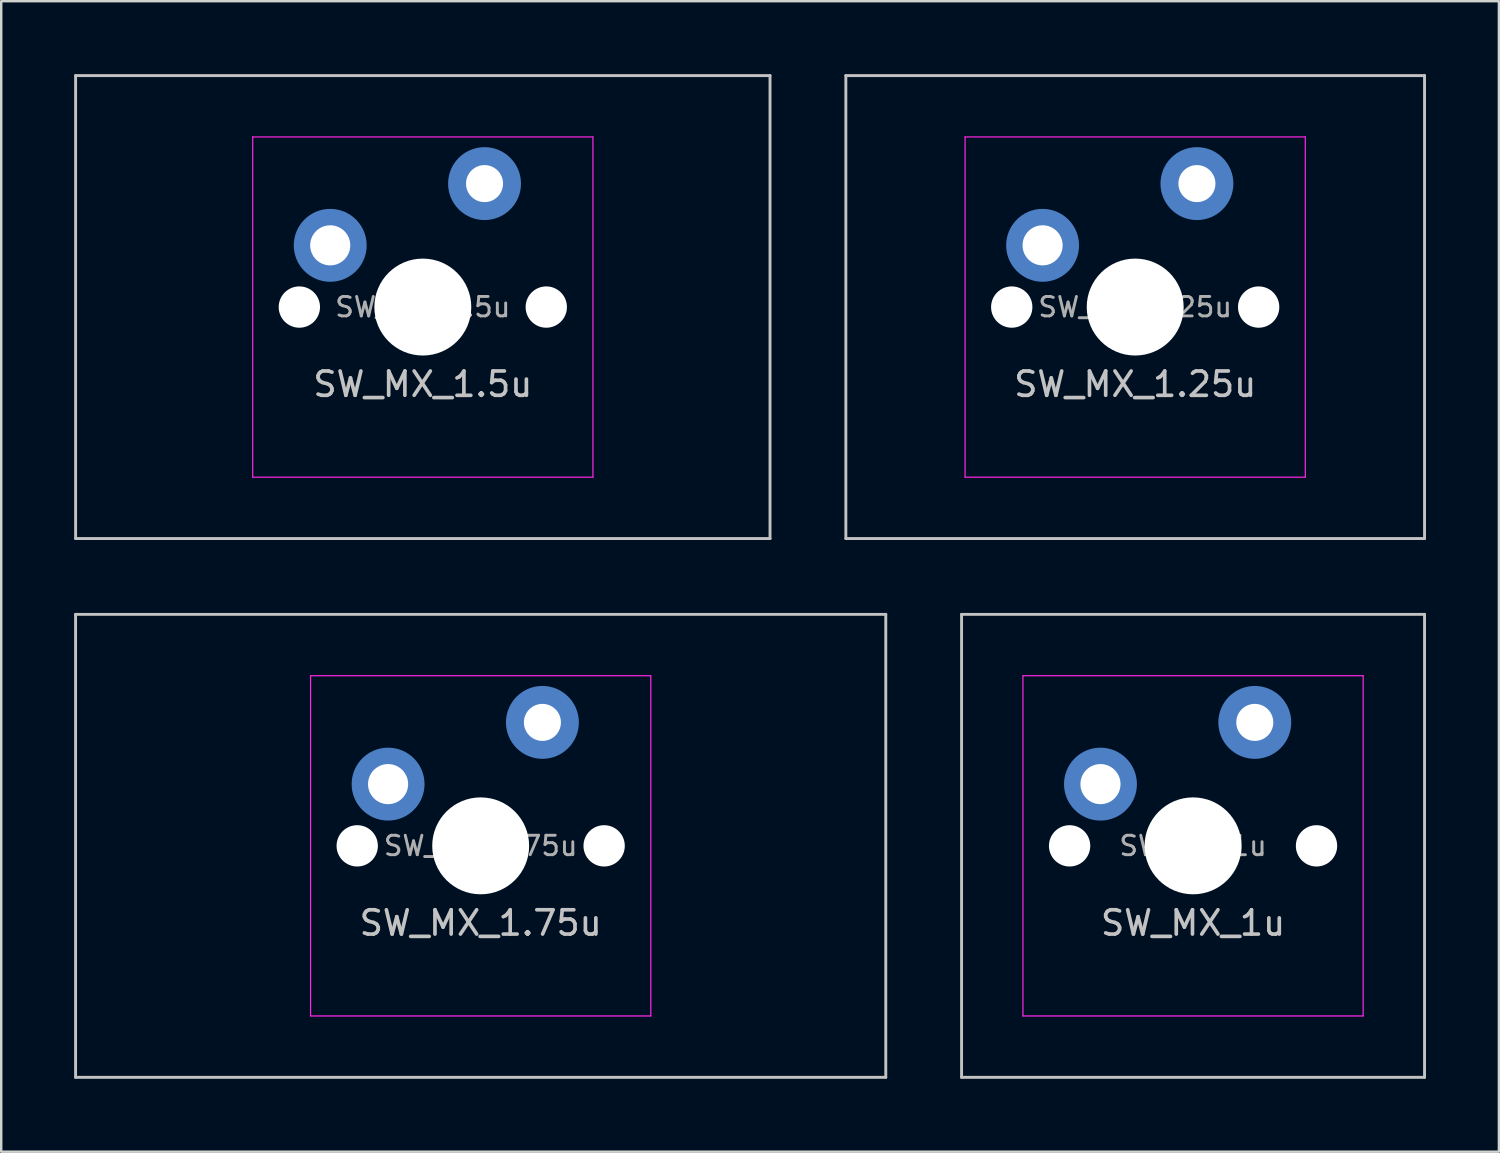
<source format=kicad_pcb>
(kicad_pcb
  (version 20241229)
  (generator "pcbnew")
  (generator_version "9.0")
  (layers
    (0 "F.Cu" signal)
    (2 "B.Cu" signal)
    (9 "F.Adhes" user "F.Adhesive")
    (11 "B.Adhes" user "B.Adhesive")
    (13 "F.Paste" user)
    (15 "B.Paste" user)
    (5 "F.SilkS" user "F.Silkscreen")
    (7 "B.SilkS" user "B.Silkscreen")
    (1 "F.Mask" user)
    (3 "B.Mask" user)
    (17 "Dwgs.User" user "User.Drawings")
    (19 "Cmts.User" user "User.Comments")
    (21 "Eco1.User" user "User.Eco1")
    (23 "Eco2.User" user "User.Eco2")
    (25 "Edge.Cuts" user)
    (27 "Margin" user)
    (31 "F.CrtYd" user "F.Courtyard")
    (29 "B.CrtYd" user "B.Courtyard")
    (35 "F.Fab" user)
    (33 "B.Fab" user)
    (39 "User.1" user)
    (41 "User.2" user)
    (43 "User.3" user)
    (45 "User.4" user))
  (footprint "SW_MX_1.5u"
    (layer "F.Cu")
    (at 14.348 9.585)
    (property "Reference" "SW_MX_1.5u" (at 0 3.175 0) (layer "Dwgs.User") (effects (font (size 1 1) (thickness 0.15))))
    (attr through_hole exclude_from_pos_files exclude_from_bom)
    (fp_line (start -14.287 -9.525) (end -14.287 9.525) (stroke (width 0.12) (type solid)) (layer "Dwgs.User"))
    (fp_line (start -14.287 9.525) (end 14.287 9.525) (stroke (width 0.12) (type solid)) (layer "Dwgs.User"))
    (fp_line (start 14.287 -9.525) (end -14.287 -9.525) (stroke (width 0.12) (type solid)) (layer "Dwgs.User"))
    (fp_line (start 14.287 9.525) (end 14.287 -9.525) (stroke (width 0.12) (type solid)) (layer "Dwgs.User"))
    (fp_line (start -7 6.5) (end -7 -6.5) (stroke (width 0.05) (type solid)) (layer "Eco2.User"))
    (fp_line (start -6.5 -7) (end 6.5 -7) (stroke (width 0.05) (type solid)) (layer "Eco2.User"))
    (fp_line (start 6.5 7) (end -6.5 7) (stroke (width 0.05) (type solid)) (layer "Eco2.User"))
    (fp_line (start 7 -6.5) (end 7 6.5) (stroke (width 0.05) (type solid)) (layer "Eco2.User"))
    (fp_arc (start -7 -6.5) (mid -6.853553 -6.853553) (end -6.5 -7) (stroke (width 0.05) (type solid)) (layer "Eco2.User"))
    (fp_arc (start -6.5 7) (mid -6.853553 6.853553) (end -7 6.5) (stroke (width 0.05) (type solid)) (layer "Eco2.User"))
    (fp_arc (start 6.5 -7) (mid 6.853553 -6.853553) (end 7 -6.5) (stroke (width 0.05) (type solid)) (layer "Eco2.User"))
    (fp_arc (start 6.997236 6.498884) (mid 6.850791 6.852425) (end 6.497236 6.998884) (stroke (width 0.05) (type solid)) (layer "Eco2.User"))
    (fp_line (start -7 -7) (end -7 7) (stroke (width 0.05) (type solid)) (layer "F.CrtYd"))
    (fp_line (start -7 7) (end 7 7) (stroke (width 0.05) (type solid)) (layer "F.CrtYd"))
    (fp_line (start 7 -7) (end -7 -7) (stroke (width 0.05) (type solid)) (layer "F.CrtYd"))
    (fp_line (start 7 7) (end 7 -7) (stroke (width 0.05) (type solid)) (layer "F.CrtYd"))
    (fp_text user "${REFERENCE}" (at 0 0 0) (layer "F.Fab") (effects (font (size 0.8 0.8) (thickness 0.12))))
    (pad "" np_thru_hole circle (at -5.08 0) (size 1.7 1.7) (drill 1.7) (layers "*.Cu" "*.Mask"))
    (pad "" np_thru_hole circle (at 0 0) (size 3.988 3.988) (drill 3.988) (layers "*.Cu" "*.Mask"))
    (pad "" np_thru_hole circle (at 5.08 0) (size 1.7 1.7) (drill 1.7) (layers "*.Cu" "*.Mask"))
    (pad "1" thru_hole circle (at -3.81 -2.54) (size 2.3 2.3) (drill 1.65) (layers "*.Cu" "B.Mask"))
    (pad "1" smd circle (at -3.81 -2.54) (size 2.7 2.7) (layers "B.Cu" "B.Mask"))
    (pad "1" smd circle (at -3.81 -2.54) (size 3 3) (layers "B.Cu"))
    (pad "2" thru_hole circle (at 2.54 -5.08) (size 2.3 2.3) (drill 1.524) (layers "*.Cu" "B.Mask"))
    (pad "2" smd circle (at 2.54 -5.08) (size 2.7 2.7) (layers "B.Cu" "B.Mask"))
    (pad "2" smd circle (at 2.54 -5.08) (size 3 3) (layers "B.Cu")))
  (footprint "SW_MX_1.25u"
    (layer "F.Cu")
    (at 43.661 9.585)
    (property "Reference" "SW_MX_1.25u" (at 0 3.175 0) (layer "Dwgs.User") (effects (font (size 1 1) (thickness 0.15))))
    (attr through_hole exclude_from_pos_files exclude_from_bom)
    (fp_line (start -11.906 -9.525) (end -11.906 9.525) (stroke (width 0.12) (type solid)) (layer "Dwgs.User"))
    (fp_line (start -11.906 9.525) (end 11.906 9.525) (stroke (width 0.12) (type solid)) (layer "Dwgs.User"))
    (fp_line (start 11.906 -9.525) (end -11.906 -9.525) (stroke (width 0.12) (type solid)) (layer "Dwgs.User"))
    (fp_line (start 11.906 9.525) (end 11.906 -9.525) (stroke (width 0.12) (type solid)) (layer "Dwgs.User"))
    (fp_line (start -7 6.5) (end -7 -6.5) (stroke (width 0.05) (type solid)) (layer "Eco2.User"))
    (fp_line (start -6.5 -7) (end 6.5 -7) (stroke (width 0.05) (type solid)) (layer "Eco2.User"))
    (fp_line (start 6.5 7) (end -6.5 7) (stroke (width 0.05) (type solid)) (layer "Eco2.User"))
    (fp_line (start 7 -6.5) (end 7 6.5) (stroke (width 0.05) (type solid)) (layer "Eco2.User"))
    (fp_arc (start -7 -6.5) (mid -6.853553 -6.853553) (end -6.5 -7) (stroke (width 0.05) (type solid)) (layer "Eco2.User"))
    (fp_arc (start -6.5 7) (mid -6.853553 6.853553) (end -7 6.5) (stroke (width 0.05) (type solid)) (layer "Eco2.User"))
    (fp_arc (start 6.5 -7) (mid 6.853553 -6.853553) (end 7 -6.5) (stroke (width 0.05) (type solid)) (layer "Eco2.User"))
    (fp_arc (start 6.997236 6.498884) (mid 6.850791 6.852425) (end 6.497236 6.998884) (stroke (width 0.05) (type solid)) (layer "Eco2.User"))
    (fp_line (start -7 -7) (end -7 7) (stroke (width 0.05) (type solid)) (layer "F.CrtYd"))
    (fp_line (start -7 7) (end 7 7) (stroke (width 0.05) (type solid)) (layer "F.CrtYd"))
    (fp_line (start 7 -7) (end -7 -7) (stroke (width 0.05) (type solid)) (layer "F.CrtYd"))
    (fp_line (start 7 7) (end 7 -7) (stroke (width 0.05) (type solid)) (layer "F.CrtYd"))
    (fp_text user "${REFERENCE}" (at 0 0 0) (layer "F.Fab") (effects (font (size 0.8 0.8) (thickness 0.12))))
    (pad "" np_thru_hole circle (at -5.08 0) (size 1.7 1.7) (drill 1.7) (layers "*.Cu" "*.Mask"))
    (pad "" np_thru_hole circle (at 0 0) (size 3.988 3.988) (drill 3.988) (layers "*.Cu" "*.Mask"))
    (pad "" np_thru_hole circle (at 5.08 0) (size 1.7 1.7) (drill 1.7) (layers "*.Cu" "*.Mask"))
    (pad "1" thru_hole circle (at -3.81 -2.54) (size 2.3 2.3) (drill 1.65) (layers "*.Cu" "B.Mask"))
    (pad "1" smd circle (at -3.81 -2.54) (size 2.7 2.7) (layers "B.Cu" "B.Mask"))
    (pad "1" smd circle (at -3.81 -2.54) (size 3 3) (layers "B.Cu"))
    (pad "2" thru_hole circle (at 2.54 -5.08) (size 2.3 2.3) (drill 1.524) (layers "*.Cu" "B.Mask"))
    (pad "2" smd circle (at 2.54 -5.08) (size 2.7 2.7) (layers "B.Cu" "B.Mask"))
    (pad "2" smd circle (at 2.54 -5.08) (size 3 3) (layers "B.Cu")))
  (footprint "SW_MX_1u"
    (layer "F.Cu")
    (at 46.042 31.755)
    (property "Reference" "SW_MX_1u" (at 0 3.175 0) (layer "Dwgs.User") (effects (font (size 1 1) (thickness 0.15))))
    (attr through_hole exclude_from_pos_files exclude_from_bom)
    (fp_line (start -9.525 -9.525) (end -9.525 9.525) (stroke (width 0.12) (type solid)) (layer "Dwgs.User"))
    (fp_line (start -9.525 9.525) (end 9.525 9.525) (stroke (width 0.12) (type solid)) (layer "Dwgs.User"))
    (fp_line (start 9.525 -9.525) (end -9.525 -9.525) (stroke (width 0.12) (type solid)) (layer "Dwgs.User"))
    (fp_line (start 9.525 9.525) (end 9.525 -9.525) (stroke (width 0.12) (type solid)) (layer "Dwgs.User"))
    (fp_line (start -7 6.5) (end -7 -6.5) (stroke (width 0.05) (type solid)) (layer "Eco2.User"))
    (fp_line (start -6.5 -7) (end 6.5 -7) (stroke (width 0.05) (type solid)) (layer "Eco2.User"))
    (fp_line (start 6.5 7) (end -6.5 7) (stroke (width 0.05) (type solid)) (layer "Eco2.User"))
    (fp_line (start 7 -6.5) (end 7 6.5) (stroke (width 0.05) (type solid)) (layer "Eco2.User"))
    (fp_arc (start -7 -6.5) (mid -6.853553 -6.853553) (end -6.5 -7) (stroke (width 0.05) (type solid)) (layer "Eco2.User"))
    (fp_arc (start -6.5 7) (mid -6.853553 6.853553) (end -7 6.5) (stroke (width 0.05) (type solid)) (layer "Eco2.User"))
    (fp_arc (start 6.5 -7) (mid 6.853553 -6.853553) (end 7 -6.5) (stroke (width 0.05) (type solid)) (layer "Eco2.User"))
    (fp_arc (start 6.997236 6.498884) (mid 6.850789 6.852437) (end 6.497236 6.998884) (stroke (width 0.05) (type solid)) (layer "Eco2.User"))
    (fp_line (start -7 -7) (end -7 7) (stroke (width 0.05) (type solid)) (layer "F.CrtYd"))
    (fp_line (start -7 7) (end 7 7) (stroke (width 0.05) (type solid)) (layer "F.CrtYd"))
    (fp_line (start 7 -7) (end -7 -7) (stroke (width 0.05) (type solid)) (layer "F.CrtYd"))
    (fp_line (start 7 7) (end 7 -7) (stroke (width 0.05) (type solid)) (layer "F.CrtYd"))
    (fp_text user "${REFERENCE}" (at 0 0 0) (layer "F.Fab") (effects (font (size 0.8 0.8) (thickness 0.12))))
    (pad "" np_thru_hole circle (at -5.08 0) (size 1.7 1.7) (drill 1.7) (layers "*.Cu" "*.Mask"))
    (pad "" np_thru_hole circle (at 0 0) (size 3.988 3.988) (drill 3.988) (layers "*.Cu" "*.Mask"))
    (pad "" np_thru_hole circle (at 5.08 0) (size 1.7 1.7) (drill 1.7) (layers "*.Cu" "*.Mask"))
    (pad "1" thru_hole circle (at -3.81 -2.54) (size 2.3 2.3) (drill 1.65) (layers "*.Cu" "B.Mask"))
    (pad "1" smd circle (at -3.81 -2.54) (size 2.7 2.7) (layers "B.Cu" "B.Mask"))
    (pad "1" smd circle (at -3.81 -2.54) (size 3 3) (layers "B.Cu"))
    (pad "2" thru_hole circle (at 2.54 -5.08) (size 2.3 2.3) (drill 1.524) (layers "*.Cu" "B.Mask"))
    (pad "2" smd circle (at 2.54 -5.08) (size 2.7 2.7) (layers "B.Cu" "B.Mask"))
    (pad "2" smd circle (at 2.54 -5.08) (size 3 3) (layers "B.Cu")))
  (footprint "SW_MX_1.75u"
    (layer "F.Cu")
    (at 16.729 31.755)
    (property "Reference" "SW_MX_1.75u" (at 0 3.175 0) (layer "Dwgs.User") (effects (font (size 1 1) (thickness 0.15))))
    (attr through_hole exclude_from_pos_files exclude_from_bom)
    (fp_line (start -16.669 -9.525) (end -16.669 9.525) (stroke (width 0.12) (type solid)) (layer "Dwgs.User"))
    (fp_line (start -16.669 9.525) (end 16.669 9.525) (stroke (width 0.12) (type solid)) (layer "Dwgs.User"))
    (fp_line (start 16.669 -9.525) (end -16.669 -9.525) (stroke (width 0.12) (type solid)) (layer "Dwgs.User"))
    (fp_line (start 16.669 9.525) (end 16.669 -9.525) (stroke (width 0.12) (type solid)) (layer "Dwgs.User"))
    (fp_line (start -7 6.5) (end -7 -6.5) (stroke (width 0.05) (type solid)) (layer "Eco2.User"))
    (fp_line (start -6.5 -7) (end 6.5 -7) (stroke (width 0.05) (type solid)) (layer "Eco2.User"))
    (fp_line (start 6.5 7) (end -6.5 7) (stroke (width 0.05) (type solid)) (layer "Eco2.User"))
    (fp_line (start 7 -6.5) (end 7 6.5) (stroke (width 0.05) (type solid)) (layer "Eco2.User"))
    (fp_arc (start -7 -6.5) (mid -6.853553 -6.853553) (end -6.5 -7) (stroke (width 0.05) (type solid)) (layer "Eco2.User"))
    (fp_arc (start -6.5 7) (mid -6.853553 6.853553) (end -7 6.5) (stroke (width 0.05) (type solid)) (layer "Eco2.User"))
    (fp_arc (start 6.5 -7) (mid 6.853553 -6.853553) (end 7 -6.5) (stroke (width 0.05) (type solid)) (layer "Eco2.User"))
    (fp_arc (start 6.997236 6.498884) (mid 6.850791 6.852425) (end 6.497236 6.998884) (stroke (width 0.05) (type solid)) (layer "Eco2.User"))
    (fp_line (start -7 -7) (end -7 7) (stroke (width 0.05) (type solid)) (layer "F.CrtYd"))
    (fp_line (start -7 7) (end 7 7) (stroke (width 0.05) (type solid)) (layer "F.CrtYd"))
    (fp_line (start 7 -7) (end -7 -7) (stroke (width 0.05) (type solid)) (layer "F.CrtYd"))
    (fp_line (start 7 7) (end 7 -7) (stroke (width 0.05) (type solid)) (layer "F.CrtYd"))
    (fp_text user "${REFERENCE}" (at 0 0 0) (layer "F.Fab") (effects (font (size 0.8 0.8) (thickness 0.12))))
    (pad "" np_thru_hole circle (at -5.08 0) (size 1.7 1.7) (drill 1.7) (layers "*.Cu" "*.Mask"))
    (pad "" np_thru_hole circle (at 0 0) (size 3.988 3.988) (drill 3.988) (layers "*.Cu" "*.Mask"))
    (pad "" np_thru_hole circle (at 5.08 0) (size 1.7 1.7) (drill 1.7) (layers "*.Cu" "*.Mask"))
    (pad "1" thru_hole circle (at -3.81 -2.54) (size 2.3 2.3) (drill 1.65) (layers "*.Cu" "B.Mask"))
    (pad "1" smd circle (at -3.81 -2.54) (size 2.7 2.7) (layers "B.Cu" "B.Mask"))
    (pad "1" smd circle (at -3.81 -2.54) (size 3 3) (layers "B.Cu"))
    (pad "2" thru_hole circle (at 2.54 -5.08) (size 2.3 2.3) (drill 1.524) (layers "*.Cu" "B.Mask"))
    (pad "2" smd circle (at 2.54 -5.08) (size 2.7 2.7) (layers "B.Cu" "B.Mask"))
    (pad "2" smd circle (at 2.54 -5.08) (size 3 3) (layers "B.Cu")))
  (gr_rect
    (start -3 -3)
    (end 58.627 44.34)
    (stroke (width 0.1) (type default))
    (fill no)
    (layer "Edge.Cuts")))
</source>
